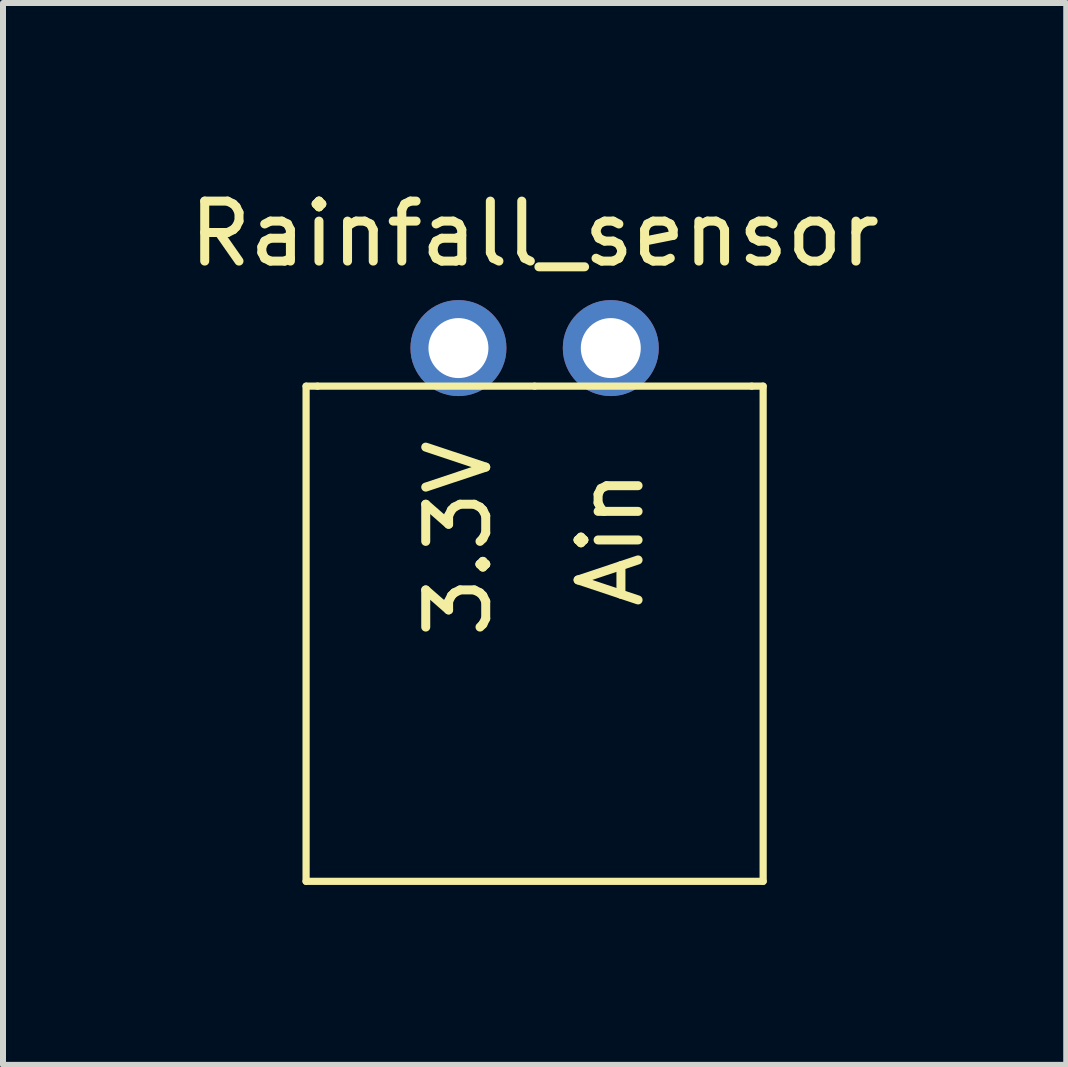
<source format=kicad_pcb>
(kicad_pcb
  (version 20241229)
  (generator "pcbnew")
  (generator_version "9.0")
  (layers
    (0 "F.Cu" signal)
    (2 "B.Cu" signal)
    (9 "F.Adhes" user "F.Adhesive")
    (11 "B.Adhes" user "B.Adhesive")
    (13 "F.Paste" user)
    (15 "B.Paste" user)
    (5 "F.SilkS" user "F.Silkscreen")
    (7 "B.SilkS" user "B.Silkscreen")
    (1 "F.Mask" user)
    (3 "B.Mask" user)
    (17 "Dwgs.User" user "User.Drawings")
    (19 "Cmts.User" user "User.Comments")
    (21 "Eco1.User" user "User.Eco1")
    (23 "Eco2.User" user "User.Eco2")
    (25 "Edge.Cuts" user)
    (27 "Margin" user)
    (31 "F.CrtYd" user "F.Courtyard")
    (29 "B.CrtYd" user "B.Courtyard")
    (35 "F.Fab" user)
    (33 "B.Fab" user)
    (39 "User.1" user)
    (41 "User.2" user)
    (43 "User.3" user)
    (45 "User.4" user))
  (footprint "Rainfall_sensor"
    (layer "F.Cu")
    (at 5.863 2.118)
    (property "Reference" "Rainfall_sensor" (at 0 -1.27 0) (layer "F.SilkS") (effects (font (size 1 1) (thickness 0.15))))
    (attr through_hole)
    (fp_line (start -3.81 1.27) (end -3.81 9.525) (stroke (width 0.12) (type solid)) (layer "F.SilkS"))
    (fp_line (start -3.81 9.525) (end 3.81 9.525) (stroke (width 0.12) (type solid)) (layer "F.SilkS"))
    (fp_line (start -3.62 1.27) (end -3.81 1.27) (stroke (width 0.12) (type solid)) (layer "F.SilkS"))
    (fp_line (start 0 1.27) (end -3.62 1.27) (stroke (width 0.12) (type solid)) (layer "F.SilkS"))
    (fp_line (start 0 1.27) (end 3.62 1.27) (stroke (width 0.12) (type solid)) (layer "F.SilkS"))
    (fp_line (start 3.62 1.27) (end 3.81 1.27) (stroke (width 0.12) (type solid)) (layer "F.SilkS"))
    (fp_line (start 3.81 9.525) (end 3.81 1.27) (stroke (width 0.12) (type solid)) (layer "F.SilkS"))
    (fp_text user "3.3V" (at -1.27 3.81 90) (layer "F.SilkS") (effects (font (size 1 1) (thickness 0.15))))
    (fp_text user "Ain" (at 1.27 3.81 90) (layer "F.SilkS") (effects (font (size 1 1) (thickness 0.15))))
    (pad "1" thru_hole circle (at -1.27 0.635) (size 1.6 1.6) (drill 1) (layers "*.Cu" "*.Mask"))
    (pad "2" thru_hole circle (at 1.27 0.635) (size 1.6 1.6) (drill 1) (layers "*.Cu" "*.Mask")))
  (gr_rect
    (start -3 -3)
    (end 14.726 14.703)
    (stroke (width 0.1) (type default))
    (fill no)
    (layer "Edge.Cuts")))
</source>
